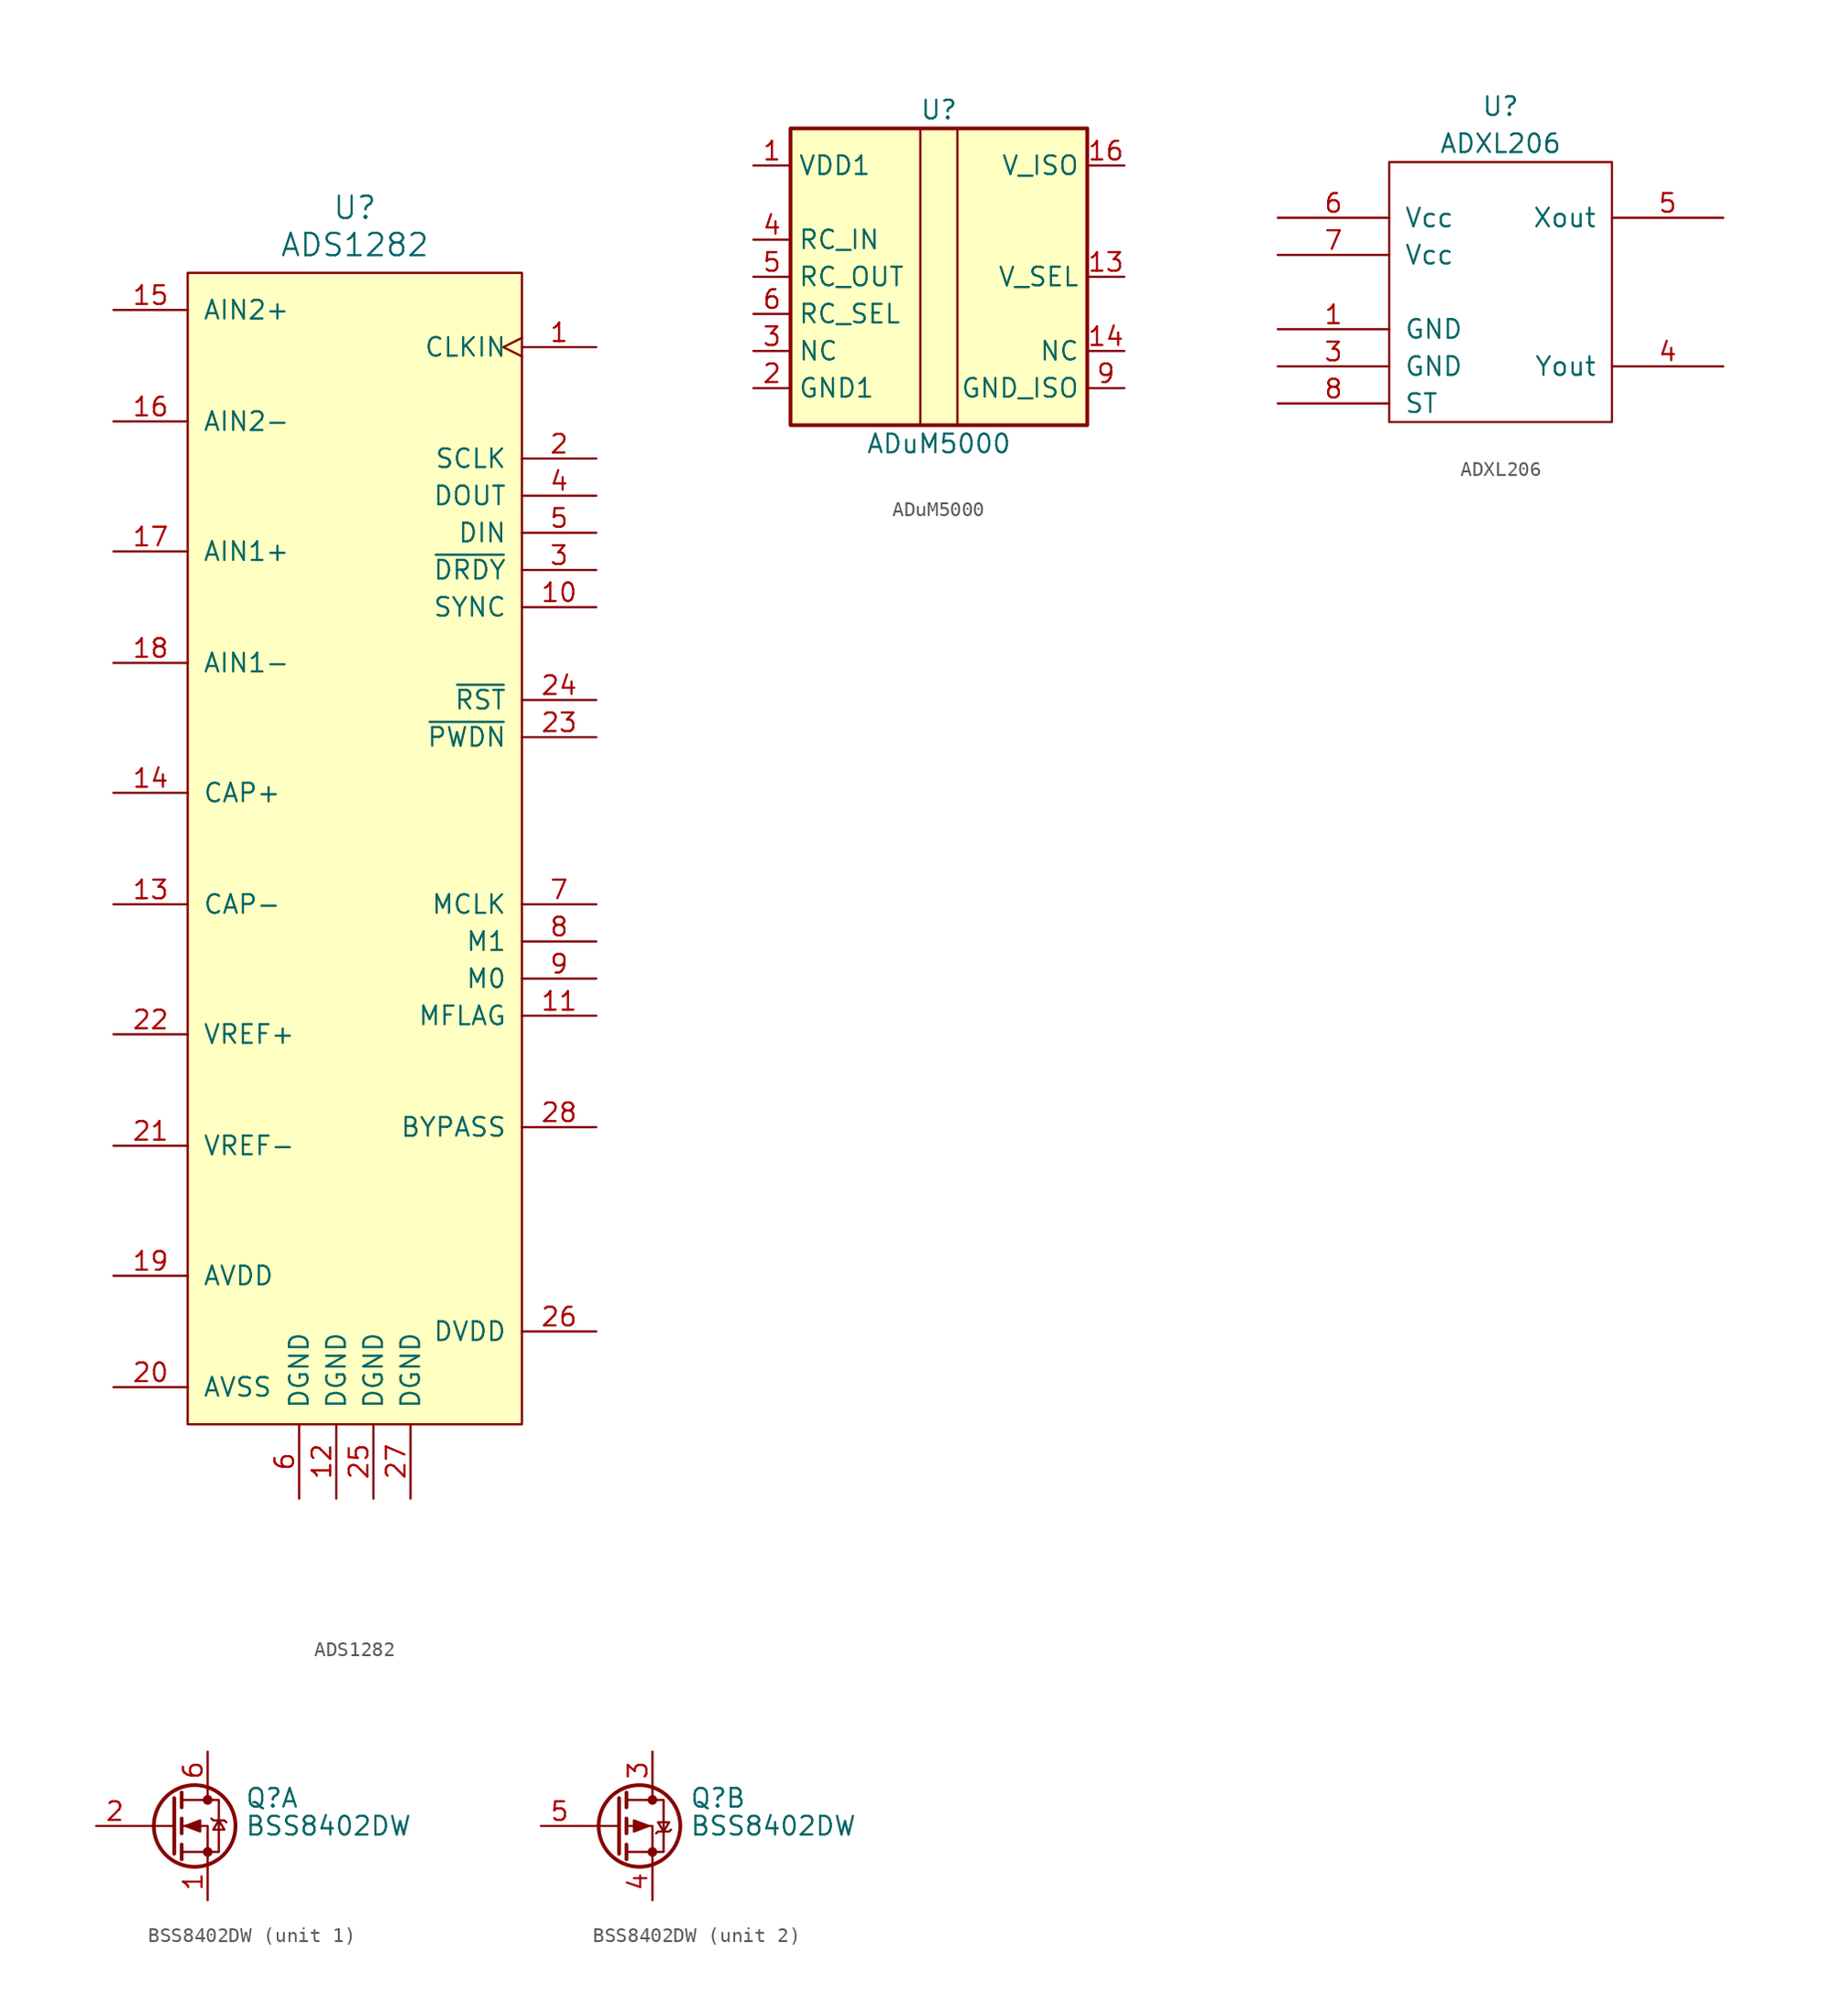
<source format=kicad_sym>
(kicad_symbol_lib
  (version 20241209)
  (generator "kicad_symbol_editor")
  (generator_version "9.0")
  (symbol "ADS1282"
    (pin_names
      (offset 1.016))
    (property "Reference" "U"
      (at 0 43.815 0)
      (effects (font (size 1.524 1.524))))
    (property "Value" "ADS1282"
      (at 0 41.275 0)
      (effects (font (size 1.524 1.524))))
    (symbol "ADS1282_0_1"
      (rectangle (start -11.43 39.37) (end 11.43 -39.37) (stroke (width 0) (type default)) (fill (type background))))
    (symbol "ADS1282_1_1"
      (pin power_in line (at -16.51 36.83 0) (length 5.08) (name "AIN2+" (effects (font (size 1.27 1.27)))) (number "15" (effects (font (size 1.27 1.27)))))
      (pin power_in line (at -16.51 29.21 0) (length 5.08) (name "AIN2-" (effects (font (size 1.27 1.27)))) (number "16" (effects (font (size 1.27 1.27)))))
      (pin input line (at -16.51 20.32 0) (length 5.08) (name "AIN1+" (effects (font (size 1.27 1.27)))) (number "17" (effects (font (size 1.27 1.27)))))
      (pin input line (at -16.51 12.7 0) (length 5.08) (name "AIN1-" (effects (font (size 1.27 1.27)))) (number "18" (effects (font (size 1.27 1.27)))))
      (pin bidirectional line (at -16.51 3.81 0) (length 5.08) (name "CAP+" (effects (font (size 1.27 1.27)))) (number "14" (effects (font (size 1.27 1.27)))))
      (pin bidirectional line (at -16.51 -3.81 0) (length 5.08) (name "CAP-" (effects (font (size 1.27 1.27)))) (number "13" (effects (font (size 1.27 1.27)))))
      (pin input line (at -16.51 -12.7 0) (length 5.08) (name "VREF+" (effects (font (size 1.27 1.27)))) (number "22" (effects (font (size 1.27 1.27)))))
      (pin input line (at -16.51 -20.32 0) (length 5.08) (name "VREF-" (effects (font (size 1.27 1.27)))) (number "21" (effects (font (size 1.27 1.27)))))
      (pin power_in line (at -16.51 -29.21 0) (length 5.08) (name "AVDD" (effects (font (size 1.27 1.27)))) (number "19" (effects (font (size 1.27 1.27)))))
      (pin power_in line (at -16.51 -36.83 0) (length 5.08) (name "AVSS" (effects (font (size 1.27 1.27)))) (number "20" (effects (font (size 1.27 1.27)))))
      (pin power_in line (at -3.81 -44.45 90) (length 5.08) (name "DGND" (effects (font (size 1.27 1.27)))) (number "6" (effects (font (size 1.27 1.27)))))
      (pin power_in line (at -1.27 -44.45 90) (length 5.08) (name "DGND" (effects (font (size 1.27 1.27)))) (number "12" (effects (font (size 1.27 1.27)))))
      (pin power_in line (at 1.27 -44.45 90) (length 5.08) (name "DGND" (effects (font (size 1.27 1.27)))) (number "25" (effects (font (size 1.27 1.27)))))
      (pin power_in line (at 3.81 -44.45 90) (length 5.08) (name "DGND" (effects (font (size 1.27 1.27)))) (number "27" (effects (font (size 1.27 1.27)))))
      (pin input clock (at 16.51 34.29 180) (length 5.08) (name "CLKIN" (effects (font (size 1.27 1.27)))) (number "1" (effects (font (size 1.27 1.27)))))
      (pin input line (at 16.51 26.67 180) (length 5.08) (name "SCLK" (effects (font (size 1.27 1.27)))) (number "2" (effects (font (size 1.27 1.27)))))
      (pin input line (at 16.51 24.13 180) (length 5.08) (name "DOUT" (effects (font (size 1.27 1.27)))) (number "4" (effects (font (size 1.27 1.27)))))
      (pin input line (at 16.51 21.59 180) (length 5.08) (name "DIN" (effects (font (size 1.27 1.27)))) (number "5" (effects (font (size 1.27 1.27)))))
      (pin input line (at 16.51 19.05 180) (length 5.08) (name "~{DRDY}" (effects (font (size 1.27 1.27)))) (number "3" (effects (font (size 1.27 1.27)))))
      (pin input line (at 16.51 16.51 180) (length 5.08) (name "SYNC" (effects (font (size 1.27 1.27)))) (number "10" (effects (font (size 1.27 1.27)))))
      (pin input line (at 16.51 10.16 180) (length 5.08) (name "~{RST}" (effects (font (size 1.27 1.27)))) (number "24" (effects (font (size 1.27 1.27)))))
      (pin input line (at 16.51 7.62 180) (length 5.08) (name "~{PWDN}" (effects (font (size 1.27 1.27)))) (number "23" (effects (font (size 1.27 1.27)))))
      (pin input line (at 16.51 -3.81 180) (length 5.08) (name "MCLK" (effects (font (size 1.27 1.27)))) (number "7" (effects (font (size 1.27 1.27)))))
      (pin input line (at 16.51 -6.35 180) (length 5.08) (name "M1" (effects (font (size 1.27 1.27)))) (number "8" (effects (font (size 1.27 1.27)))))
      (pin input line (at 16.51 -8.89 180) (length 5.08) (name "M0" (effects (font (size 1.27 1.27)))) (number "9" (effects (font (size 1.27 1.27)))))
      (pin input line (at 16.51 -11.43 180) (length 5.08) (name "MFLAG" (effects (font (size 1.27 1.27)))) (number "11" (effects (font (size 1.27 1.27)))))
      (pin input line (at 16.51 -19.05 180) (length 5.08) (name "BYPASS" (effects (font (size 1.27 1.27)))) (number "28" (effects (font (size 1.27 1.27)))))
      (pin power_in line (at 16.51 -33.02 180) (length 5.08) (name "DVDD" (effects (font (size 1.27 1.27)))) (number "26" (effects (font (size 1.27 1.27)))))))
  (symbol "ADuM5000"
    (property "Reference" "U"
      (at 0 11.43 0)
      (effects (font (size 1.27 1.27))))
    (property "Value" "ADuM5000"
      (at 0 -11.43 0)
      (effects (font (size 1.27 1.27))))
    (symbol "ADuM5000_0_1"
      (rectangle (start -10.16 10.16) (end 10.16 -10.16) (stroke (width 0.254) (type default)) (fill (type background)))
      (polyline (pts (xy -1.27 10.16) (xy -1.27 -10.16)) (stroke (width 0) (type default)) (fill (type none)))
      (polyline (pts (xy 1.27 10.16) (xy 1.27 -10.16)) (stroke (width 0) (type default)) (fill (type none))))
    (symbol "ADuM5000_1_1"
      (pin power_in line (at -12.7 7.62 0) (length 2.54) (name "VDD1" (effects (font (size 1.27 1.27)))) (number "1" (effects (font (size 1.27 1.27)))))
      (pin passive line (at -12.7 7.62 0) (length 2.54) (hide yes) (name "VDD1" (effects (font (size 1.27 1.27)))) (number "7" (effects (font (size 1.27 1.27)))))
      (pin input line (at -12.7 2.54 0) (length 2.54) (name "RC_IN" (effects (font (size 1.27 1.27)))) (number "4" (effects (font (size 1.27 1.27)))))
      (pin output line (at -12.7 0 0) (length 2.54) (name "RC_OUT" (effects (font (size 1.27 1.27)))) (number "5" (effects (font (size 1.27 1.27)))))
      (pin input line (at -12.7 -2.54 0) (length 2.54) (name "RC_SEL" (effects (font (size 1.27 1.27)))) (number "6" (effects (font (size 1.27 1.27)))))
      (pin passive line (at -12.7 -5.08 0) (length 2.54) (name "NC" (effects (font (size 1.27 1.27)))) (number "3" (effects (font (size 1.27 1.27)))))
      (pin power_in line (at -12.7 -7.62 0) (length 2.54) (name "GND1" (effects (font (size 1.27 1.27)))) (number "2" (effects (font (size 1.27 1.27)))))
      (pin passive line (at -12.7 -7.62 0) (length 2.54) (hide yes) (name "GND1" (effects (font (size 1.27 1.27)))) (number "8" (effects (font (size 1.27 1.27)))))
      (pin no_connect line (at 10.16 5.08 180) (length 2.54) (hide yes) (name "NC" (effects (font (size 1.27 1.27)))) (number "12" (effects (font (size 1.27 1.27)))))
      (pin no_connect line (at 10.16 2.54 180) (length 2.54) (hide yes) (name "NC" (effects (font (size 1.27 1.27)))) (number "11" (effects (font (size 1.27 1.27)))))
      (pin passive line (at 12.7 7.62 180) (length 2.54) (hide yes) (name "V_ISO" (effects (font (size 1.27 1.27)))) (number "10" (effects (font (size 1.27 1.27)))))
      (pin power_out line (at 12.7 7.62 180) (length 2.54) (name "V_ISO" (effects (font (size 1.27 1.27)))) (number "16" (effects (font (size 1.27 1.27)))))
      (pin input line (at 12.7 0 180) (length 2.54) (name "V_SEL" (effects (font (size 1.27 1.27)))) (number "13" (effects (font (size 1.27 1.27)))))
      (pin passive line (at 12.7 -5.08 180) (length 2.54) (name "NC" (effects (font (size 1.27 1.27)))) (number "14" (effects (font (size 1.27 1.27)))))
      (pin passive line (at 12.7 -7.62 180) (length 2.54) (hide yes) (name "GND_ISO" (effects (font (size 1.27 1.27)))) (number "15" (effects (font (size 1.27 1.27)))))
      (pin power_out line (at 12.7 -7.62 180) (length 2.54) (name "GND_ISO" (effects (font (size 1.27 1.27)))) (number "9" (effects (font (size 1.27 1.27)))))))
  (symbol "ADXL206"
    (pin_names
      (offset 1.016))
    (property "Reference" "U"
      (at 0 12.7 0)
      (effects (font (size 1.27 1.27))))
    (property "Value" "ADXL206"
      (at 0 10.16 0)
      (effects (font (size 1.27 1.27))))
    (symbol "ADXL206_0_1"
      (rectangle (start -7.62 8.89) (end 7.62 -8.89) (stroke (width 0) (type default)) (fill (type none))))
    (symbol "ADXL206_1_1"
      (pin power_in line (at -15.24 5.08 0) (length 7.62) (name "Vcc" (effects (font (size 1.27 1.27)))) (number "6" (effects (font (size 1.27 1.27)))))
      (pin power_in line (at -15.24 2.54 0) (length 7.62) (name "Vcc" (effects (font (size 1.27 1.27)))) (number "7" (effects (font (size 1.27 1.27)))))
      (pin no_connect line (at -15.24 0 0) (length 7.62) (hide yes) (name "NC" (effects (font (size 1.27 1.27)))) (number "2" (effects (font (size 1.27 1.27)))))
      (pin power_in line (at -15.24 -2.54 0) (length 7.62) (name "GND" (effects (font (size 1.27 1.27)))) (number "1" (effects (font (size 1.27 1.27)))))
      (pin power_in line (at -15.24 -5.08 0) (length 7.62) (name "GND" (effects (font (size 1.27 1.27)))) (number "3" (effects (font (size 1.27 1.27)))))
      (pin input line (at -15.24 -7.62 0) (length 7.62) (name "ST" (effects (font (size 1.27 1.27)))) (number "8" (effects (font (size 1.27 1.27)))))
      (pin output line (at 15.24 5.08 180) (length 7.62) (name "Xout" (effects (font (size 1.27 1.27)))) (number "5" (effects (font (size 1.27 1.27)))))
      (pin output line (at 15.24 -5.08 180) (length 7.62) (name "Yout" (effects (font (size 1.27 1.27)))) (number "4" (effects (font (size 1.27 1.27)))))))
  (symbol "BSS8402DW"
    (pin_names
      (hide yes))
    (property "Reference" "Q"
      (at 5.08 1.905 0)
      (effects (font (size 1.27 1.27)) (justify left)))
    (property "Value" "BSS8402DW"
      (at 5.08 0 0)
      (effects (font (size 1.27 1.27)) (justify left)))
    (symbol "BSS8402DW_0_1"
      (polyline (pts (xy 0.254 1.905) (xy 0.254 -1.905)) (stroke (width 0.254) (type default)) (fill (type none)))
      (polyline (pts (xy 0.254 0) (xy -2.54 0)) (stroke (width 0) (type default)) (fill (type none)))
      (polyline (pts (xy 0.762 2.286) (xy 0.762 1.27)) (stroke (width 0.254) (type default)) (fill (type none)))
      (polyline (pts (xy 0.762 0.508) (xy 0.762 -0.508)) (stroke (width 0.254) (type default)) (fill (type none)))
      (polyline (pts (xy 0.762 -1.27) (xy 0.762 -2.286)) (stroke (width 0.254) (type default)) (fill (type none)))
      (polyline (pts (xy 0.762 -1.778) (xy 3.302 -1.778) (xy 3.302 1.778) (xy 0.762 1.778)) (stroke (width 0) (type default)) (fill (type none)))
      (circle (center 1.651 0) (radius 2.794) (stroke (width 0.254) (type default)) (fill (type none)))
      (polyline (pts (xy 2.54 2.54) (xy 2.54 1.778)) (stroke (width 0) (type default)) (fill (type none)))
      (circle (center 2.54 1.778) (radius 0.254) (stroke (width 0) (type default)) (fill (type outline)))
      (circle (center 2.54 -1.778) (radius 0.254) (stroke (width 0) (type default)) (fill (type outline)))
      (polyline (pts (xy 2.54 -2.54) (xy 2.54 0) (xy 0.762 0)) (stroke (width 0) (type default)) (fill (type none))))
    (symbol "BSS8402DW_1_1"
      (polyline (pts (xy 1.016 0) (xy 2.032 0.381) (xy 2.032 -0.381) (xy 1.016 0)) (stroke (width 0) (type default)) (fill (type outline)))
      (polyline (pts (xy 2.794 0.508) (xy 2.921 0.381) (xy 3.683 0.381) (xy 3.81 0.254)) (stroke (width 0) (type default)) (fill (type none)))
      (polyline (pts (xy 3.302 0.381) (xy 2.921 -0.254) (xy 3.683 -0.254) (xy 3.302 0.381)) (stroke (width 0) (type default)) (fill (type none)))
      (pin input line (at -5.08 0 0) (length 2.54) (name "G" (effects (font (size 1.27 1.27)))) (number "2" (effects (font (size 1.27 1.27)))))
      (pin passive line (at 2.54 5.08 270) (length 2.54) (name "D" (effects (font (size 1.27 1.27)))) (number "6" (effects (font (size 1.27 1.27)))))
      (pin passive line (at 2.54 -5.08 90) (length 2.54) (name "S" (effects (font (size 1.27 1.27)))) (number "1" (effects (font (size 1.27 1.27))))))
    (symbol "BSS8402DW_2_1"
      (polyline (pts (xy 2.286 0) (xy 1.27 0.381) (xy 1.27 -0.381) (xy 2.286 0)) (stroke (width 0) (type default)) (fill (type outline)))
      (polyline (pts (xy 2.794 -0.508) (xy 2.921 -0.381) (xy 3.683 -0.381) (xy 3.81 -0.254)) (stroke (width 0) (type default)) (fill (type none)))
      (polyline (pts (xy 3.302 -0.381) (xy 2.921 0.254) (xy 3.683 0.254) (xy 3.302 -0.381)) (stroke (width 0) (type default)) (fill (type none)))
      (pin input line (at -5.08 0 0) (length 2.54) (name "G" (effects (font (size 1.27 1.27)))) (number "5" (effects (font (size 1.27 1.27)))))
      (pin passive line (at 2.54 5.08 270) (length 2.54) (name "D" (effects (font (size 1.27 1.27)))) (number "3" (effects (font (size 1.27 1.27)))))
      (pin passive line (at 2.54 -5.08 90) (length 2.54) (name "S" (effects (font (size 1.27 1.27)))) (number "4" (effects (font (size 1.27 1.27))))))))
</source>
